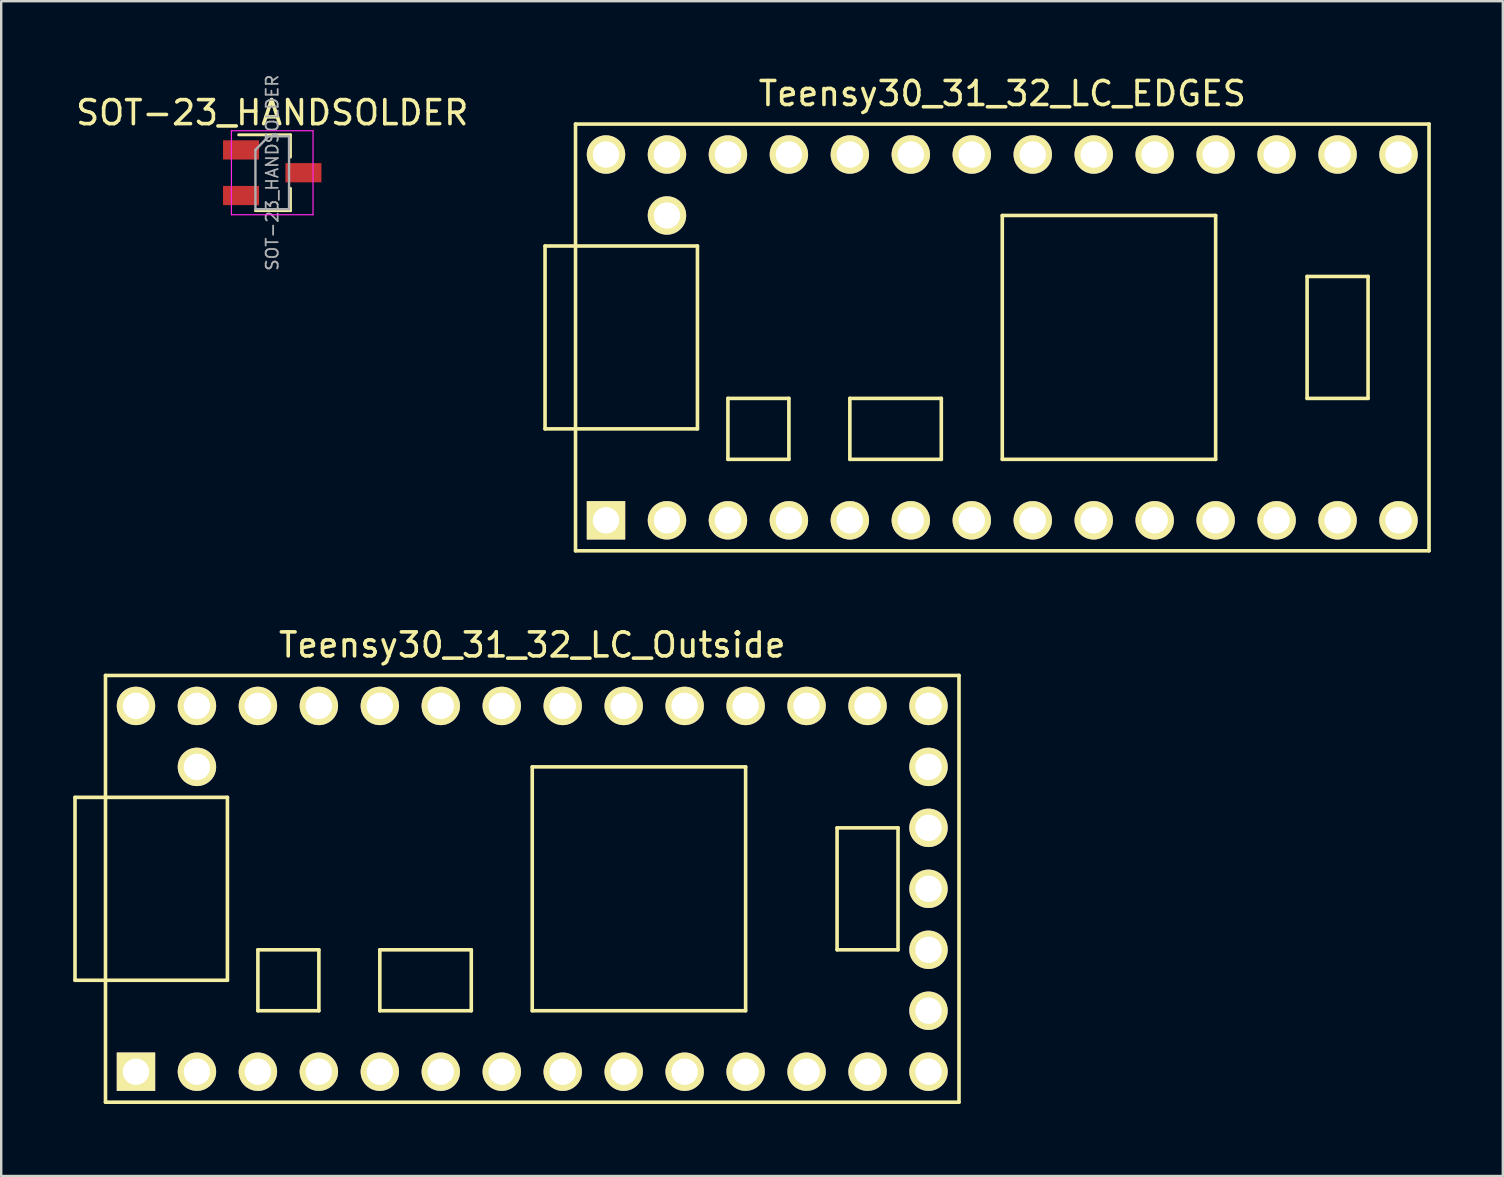
<source format=kicad_pcb>
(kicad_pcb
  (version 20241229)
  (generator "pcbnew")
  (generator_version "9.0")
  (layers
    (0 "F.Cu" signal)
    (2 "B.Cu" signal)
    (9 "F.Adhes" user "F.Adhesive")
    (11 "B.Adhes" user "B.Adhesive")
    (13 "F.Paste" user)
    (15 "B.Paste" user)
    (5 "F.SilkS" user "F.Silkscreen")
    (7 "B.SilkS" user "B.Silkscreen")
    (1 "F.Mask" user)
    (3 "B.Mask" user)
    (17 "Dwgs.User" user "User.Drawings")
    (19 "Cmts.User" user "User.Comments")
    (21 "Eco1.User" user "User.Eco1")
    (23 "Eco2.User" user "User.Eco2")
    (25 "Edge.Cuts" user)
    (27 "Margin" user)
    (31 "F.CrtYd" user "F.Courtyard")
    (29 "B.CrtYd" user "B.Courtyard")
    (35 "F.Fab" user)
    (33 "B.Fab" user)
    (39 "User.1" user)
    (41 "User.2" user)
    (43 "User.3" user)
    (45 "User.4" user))
  (footprint "Teensy30_31_32_LC_EDGES"
    (layer "F.Cu")
    (at 38.708 11.008)
    (property "Reference" "Teensy30_31_32_LC_EDGES" (at 0 -10.16 0) (layer "F.SilkS") (effects (font (size 1 1) (thickness 0.15))))
    (attr through_hole)
    (fp_line (start -19.05 -3.81) (end -17.78 -3.81) (stroke (width 0.15) (type solid)) (layer "F.SilkS"))
    (fp_line (start -19.05 3.81) (end -19.05 -3.81) (stroke (width 0.15) (type solid)) (layer "F.SilkS"))
    (fp_line (start -17.78 -8.89) (end 17.78 -8.89) (stroke (width 0.15) (type solid)) (layer "F.SilkS"))
    (fp_line (start -17.78 3.81) (end -19.05 3.81) (stroke (width 0.15) (type solid)) (layer "F.SilkS"))
    (fp_line (start -17.78 8.89) (end -17.78 -8.89) (stroke (width 0.15) (type solid)) (layer "F.SilkS"))
    (fp_line (start -12.7 -3.81) (end -17.78 -3.81) (stroke (width 0.15) (type solid)) (layer "F.SilkS"))
    (fp_line (start -12.7 3.81) (end -17.78 3.81) (stroke (width 0.15) (type solid)) (layer "F.SilkS"))
    (fp_line (start -12.7 3.81) (end -12.7 -3.81) (stroke (width 0.15) (type solid)) (layer "F.SilkS"))
    (fp_line (start -11.43 2.54) (end -11.43 5.08) (stroke (width 0.15) (type solid)) (layer "F.SilkS"))
    (fp_line (start -11.43 5.08) (end -8.89 5.08) (stroke (width 0.15) (type solid)) (layer "F.SilkS"))
    (fp_line (start -8.89 2.54) (end -11.43 2.54) (stroke (width 0.15) (type solid)) (layer "F.SilkS"))
    (fp_line (start -8.89 5.08) (end -8.89 2.54) (stroke (width 0.15) (type solid)) (layer "F.SilkS"))
    (fp_line (start -6.35 2.54) (end -6.35 5.08) (stroke (width 0.15) (type solid)) (layer "F.SilkS"))
    (fp_line (start -6.35 5.08) (end -2.54 5.08) (stroke (width 0.15) (type solid)) (layer "F.SilkS"))
    (fp_line (start -2.54 2.54) (end -6.35 2.54) (stroke (width 0.15) (type solid)) (layer "F.SilkS"))
    (fp_line (start -2.54 5.08) (end -2.54 2.54) (stroke (width 0.15) (type solid)) (layer "F.SilkS"))
    (fp_line (start 0 -5.08) (end 0 5.08) (stroke (width 0.15) (type solid)) (layer "F.SilkS"))
    (fp_line (start 8.89 -5.08) (end 0 -5.08) (stroke (width 0.15) (type solid)) (layer "F.SilkS"))
    (fp_line (start 8.89 5.08) (end 0 5.08) (stroke (width 0.15) (type solid)) (layer "F.SilkS"))
    (fp_line (start 8.89 5.08) (end 8.89 -5.08) (stroke (width 0.15) (type solid)) (layer "F.SilkS"))
    (fp_line (start 12.7 -2.54) (end 15.24 -2.54) (stroke (width 0.15) (type solid)) (layer "F.SilkS"))
    (fp_line (start 12.7 2.54) (end 12.7 -2.54) (stroke (width 0.15) (type solid)) (layer "F.SilkS"))
    (fp_line (start 15.24 -2.54) (end 15.24 2.54) (stroke (width 0.15) (type solid)) (layer "F.SilkS"))
    (fp_line (start 15.24 2.54) (end 12.7 2.54) (stroke (width 0.15) (type solid)) (layer "F.SilkS"))
    (fp_line (start 17.78 -8.89) (end 17.78 8.89) (stroke (width 0.15) (type solid)) (layer "F.SilkS"))
    (fp_line (start 17.78 8.89) (end -17.78 8.89) (stroke (width 0.15) (type solid)) (layer "F.SilkS"))
    (pad "1" thru_hole rect (at -16.51 7.62) (size 1.6 1.6) (drill 1.1) (layers "*.Cu" "*.Mask" "F.SilkS"))
    (pad "2" thru_hole circle (at -13.97 7.62) (size 1.6 1.6) (drill 1.1) (layers "*.Cu" "*.Mask" "F.SilkS"))
    (pad "3" thru_hole circle (at -11.43 7.62) (size 1.6 1.6) (drill 1.1) (layers "*.Cu" "*.Mask" "F.SilkS"))
    (pad "4" thru_hole circle (at -8.89 7.62) (size 1.6 1.6) (drill 1.1) (layers "*.Cu" "*.Mask" "F.SilkS"))
    (pad "5" thru_hole circle (at -6.35 7.62) (size 1.6 1.6) (drill 1.1) (layers "*.Cu" "*.Mask" "F.SilkS"))
    (pad "6" thru_hole circle (at -3.81 7.62) (size 1.6 1.6) (drill 1.1) (layers "*.Cu" "*.Mask" "F.SilkS"))
    (pad "7" thru_hole circle (at -1.27 7.62) (size 1.6 1.6) (drill 1.1) (layers "*.Cu" "*.Mask" "F.SilkS"))
    (pad "8" thru_hole circle (at 1.27 7.62) (size 1.6 1.6) (drill 1.1) (layers "*.Cu" "*.Mask" "F.SilkS"))
    (pad "9" thru_hole circle (at 3.81 7.62) (size 1.6 1.6) (drill 1.1) (layers "*.Cu" "*.Mask" "F.SilkS"))
    (pad "10" thru_hole circle (at 6.35 7.62) (size 1.6 1.6) (drill 1.1) (layers "*.Cu" "*.Mask" "F.SilkS"))
    (pad "11" thru_hole circle (at 8.89 7.62) (size 1.6 1.6) (drill 1.1) (layers "*.Cu" "*.Mask" "F.SilkS"))
    (pad "12" thru_hole circle (at 11.43 7.62) (size 1.6 1.6) (drill 1.1) (layers "*.Cu" "*.Mask" "F.SilkS"))
    (pad "13" thru_hole circle (at 13.97 7.62) (size 1.6 1.6) (drill 1.1) (layers "*.Cu" "*.Mask" "F.SilkS"))
    (pad "14" thru_hole circle (at 16.51 7.62) (size 1.6 1.6) (drill 1.1) (layers "*.Cu" "*.Mask" "F.SilkS"))
    (pad "20" thru_hole circle (at 16.51 -7.62) (size 1.6 1.6) (drill 1.1) (layers "*.Cu" "*.Mask" "F.SilkS"))
    (pad "21" thru_hole circle (at 13.97 -7.62) (size 1.6 1.6) (drill 1.1) (layers "*.Cu" "*.Mask" "F.SilkS"))
    (pad "22" thru_hole circle (at 11.43 -7.62) (size 1.6 1.6) (drill 1.1) (layers "*.Cu" "*.Mask" "F.SilkS"))
    (pad "23" thru_hole circle (at 8.89 -7.62) (size 1.6 1.6) (drill 1.1) (layers "*.Cu" "*.Mask" "F.SilkS"))
    (pad "24" thru_hole circle (at 6.35 -7.62) (size 1.6 1.6) (drill 1.1) (layers "*.Cu" "*.Mask" "F.SilkS"))
    (pad "25" thru_hole circle (at 3.81 -7.62) (size 1.6 1.6) (drill 1.1) (layers "*.Cu" "*.Mask" "F.SilkS"))
    (pad "26" thru_hole circle (at 1.27 -7.62) (size 1.6 1.6) (drill 1.1) (layers "*.Cu" "*.Mask" "F.SilkS"))
    (pad "27" thru_hole circle (at -1.27 -7.62) (size 1.6 1.6) (drill 1.1) (layers "*.Cu" "*.Mask" "F.SilkS"))
    (pad "28" thru_hole circle (at -3.81 -7.62) (size 1.6 1.6) (drill 1.1) (layers "*.Cu" "*.Mask" "F.SilkS"))
    (pad "29" thru_hole circle (at -6.35 -7.62) (size 1.6 1.6) (drill 1.1) (layers "*.Cu" "*.Mask" "F.SilkS"))
    (pad "30" thru_hole circle (at -8.89 -7.62) (size 1.6 1.6) (drill 1.1) (layers "*.Cu" "*.Mask" "F.SilkS"))
    (pad "31" thru_hole circle (at -11.43 -7.62) (size 1.6 1.6) (drill 1.1) (layers "*.Cu" "*.Mask" "F.SilkS"))
    (pad "32" thru_hole circle (at -13.97 -7.62) (size 1.6 1.6) (drill 1.1) (layers "*.Cu" "*.Mask" "F.SilkS"))
    (pad "33" thru_hole circle (at -16.51 -7.62) (size 1.6 1.6) (drill 1.1) (layers "*.Cu" "*.Mask" "F.SilkS"))
    (pad "34" thru_hole circle (at -13.97 -5.08) (size 1.6 1.6) (drill 1.1) (layers "*.Cu" "*.Mask" "F.SilkS")))
  (footprint "SOT-23_HANDSOLDER"
    (layer "F.Cu")
    (at 8.292 4.146)
    (property "Reference" "SOT-23_HANDSOLDER" (at 0 -2.5 0) (layer "F.SilkS") (effects (font (size 1 1) (thickness 0.15))))
    (attr smd)
    (fp_line (start 0.76 -1.58) (end -1.4 -1.58) (stroke (width 0.12) (type solid)) (layer "F.SilkS"))
    (fp_line (start 0.76 -1.58) (end 0.76 -0.65) (stroke (width 0.12) (type solid)) (layer "F.SilkS"))
    (fp_line (start 0.76 1.58) (end -0.7 1.58) (stroke (width 0.12) (type solid)) (layer "F.SilkS"))
    (fp_line (start 0.76 1.58) (end 0.76 0.65) (stroke (width 0.12) (type solid)) (layer "F.SilkS"))
    (fp_line (start -1.7 -1.75) (end 1.7 -1.75) (stroke (width 0.05) (type solid)) (layer "F.CrtYd"))
    (fp_line (start -1.7 1.75) (end -1.7 -1.75) (stroke (width 0.05) (type solid)) (layer "F.CrtYd"))
    (fp_line (start 1.7 -1.75) (end 1.7 1.75) (stroke (width 0.05) (type solid)) (layer "F.CrtYd"))
    (fp_line (start 1.7 1.75) (end -1.7 1.75) (stroke (width 0.05) (type solid)) (layer "F.CrtYd"))
    (fp_line (start -0.7 -0.95) (end -0.7 1.5) (stroke (width 0.1) (type solid)) (layer "F.Fab"))
    (fp_line (start -0.7 -0.95) (end -0.15 -1.52) (stroke (width 0.1) (type solid)) (layer "F.Fab"))
    (fp_line (start -0.7 1.52) (end 0.7 1.52) (stroke (width 0.1) (type solid)) (layer "F.Fab"))
    (fp_line (start -0.15 -1.52) (end 0.7 -1.52) (stroke (width 0.1) (type solid)) (layer "F.Fab"))
    (fp_line (start 0.7 -1.52) (end 0.7 1.52) (stroke (width 0.1) (type solid)) (layer "F.Fab"))
    (fp_text user "${REFERENCE}" (at 0 0 90) (layer "F.Fab") (effects (font (size 0.5 0.5) (thickness 0.075))))
    (pad "1" smd rect (at -1.3 -0.95) (size 1.5 0.8) (layers "F.Cu" "F.Mask" "F.Paste"))
    (pad "2" smd rect (at -1.3 0.95) (size 1.5 0.8) (layers "F.Cu" "F.Mask" "F.Paste"))
    (pad "3" smd rect (at 1.3 0) (size 1.5 0.8) (layers "F.Cu" "F.Mask" "F.Paste")))
  (footprint "Teensy30_31_32_LC_Outside"
    (layer "F.Cu")
    (at 19.125 33.981)
    (property "Reference" "Teensy30_31_32_LC_Outside" (at 0 -10.16 0) (layer "F.SilkS") (effects (font (size 1 1) (thickness 0.15))))
    (attr through_hole)
    (fp_line (start -19.05 -3.81) (end -17.78 -3.81) (stroke (width 0.15) (type solid)) (layer "F.SilkS"))
    (fp_line (start -19.05 3.81) (end -19.05 -3.81) (stroke (width 0.15) (type solid)) (layer "F.SilkS"))
    (fp_line (start -17.78 -8.89) (end 17.78 -8.89) (stroke (width 0.15) (type solid)) (layer "F.SilkS"))
    (fp_line (start -17.78 3.81) (end -19.05 3.81) (stroke (width 0.15) (type solid)) (layer "F.SilkS"))
    (fp_line (start -17.78 8.89) (end -17.78 -8.89) (stroke (width 0.15) (type solid)) (layer "F.SilkS"))
    (fp_line (start -12.7 -3.81) (end -17.78 -3.81) (stroke (width 0.15) (type solid)) (layer "F.SilkS"))
    (fp_line (start -12.7 3.81) (end -17.78 3.81) (stroke (width 0.15) (type solid)) (layer "F.SilkS"))
    (fp_line (start -12.7 3.81) (end -12.7 -3.81) (stroke (width 0.15) (type solid)) (layer "F.SilkS"))
    (fp_line (start -11.43 2.54) (end -11.43 5.08) (stroke (width 0.15) (type solid)) (layer "F.SilkS"))
    (fp_line (start -11.43 5.08) (end -8.89 5.08) (stroke (width 0.15) (type solid)) (layer "F.SilkS"))
    (fp_line (start -8.89 2.54) (end -11.43 2.54) (stroke (width 0.15) (type solid)) (layer "F.SilkS"))
    (fp_line (start -8.89 5.08) (end -8.89 2.54) (stroke (width 0.15) (type solid)) (layer "F.SilkS"))
    (fp_line (start -6.35 2.54) (end -6.35 5.08) (stroke (width 0.15) (type solid)) (layer "F.SilkS"))
    (fp_line (start -6.35 5.08) (end -2.54 5.08) (stroke (width 0.15) (type solid)) (layer "F.SilkS"))
    (fp_line (start -2.54 2.54) (end -6.35 2.54) (stroke (width 0.15) (type solid)) (layer "F.SilkS"))
    (fp_line (start -2.54 5.08) (end -2.54 2.54) (stroke (width 0.15) (type solid)) (layer "F.SilkS"))
    (fp_line (start 0 -5.08) (end 0 5.08) (stroke (width 0.15) (type solid)) (layer "F.SilkS"))
    (fp_line (start 8.89 -5.08) (end 0 -5.08) (stroke (width 0.15) (type solid)) (layer "F.SilkS"))
    (fp_line (start 8.89 5.08) (end 0 5.08) (stroke (width 0.15) (type solid)) (layer "F.SilkS"))
    (fp_line (start 8.89 5.08) (end 8.89 -5.08) (stroke (width 0.15) (type solid)) (layer "F.SilkS"))
    (fp_line (start 12.7 -2.54) (end 15.24 -2.54) (stroke (width 0.15) (type solid)) (layer "F.SilkS"))
    (fp_line (start 12.7 2.54) (end 12.7 -2.54) (stroke (width 0.15) (type solid)) (layer "F.SilkS"))
    (fp_line (start 15.24 -2.54) (end 15.24 2.54) (stroke (width 0.15) (type solid)) (layer "F.SilkS"))
    (fp_line (start 15.24 2.54) (end 12.7 2.54) (stroke (width 0.15) (type solid)) (layer "F.SilkS"))
    (fp_line (start 17.78 -8.89) (end 17.78 8.89) (stroke (width 0.15) (type solid)) (layer "F.SilkS"))
    (fp_line (start 17.78 8.89) (end -17.78 8.89) (stroke (width 0.15) (type solid)) (layer "F.SilkS"))
    (pad "1" thru_hole rect (at -16.51 7.62) (size 1.6 1.6) (drill 1.1) (layers "*.Cu" "*.Mask" "F.SilkS"))
    (pad "2" thru_hole circle (at -13.97 7.62) (size 1.6 1.6) (drill 1.1) (layers "*.Cu" "*.Mask" "F.SilkS"))
    (pad "3" thru_hole circle (at -11.43 7.62) (size 1.6 1.6) (drill 1.1) (layers "*.Cu" "*.Mask" "F.SilkS"))
    (pad "4" thru_hole circle (at -8.89 7.62) (size 1.6 1.6) (drill 1.1) (layers "*.Cu" "*.Mask" "F.SilkS"))
    (pad "5" thru_hole circle (at -6.35 7.62) (size 1.6 1.6) (drill 1.1) (layers "*.Cu" "*.Mask" "F.SilkS"))
    (pad "6" thru_hole circle (at -3.81 7.62) (size 1.6 1.6) (drill 1.1) (layers "*.Cu" "*.Mask" "F.SilkS"))
    (pad "7" thru_hole circle (at -1.27 7.62) (size 1.6 1.6) (drill 1.1) (layers "*.Cu" "*.Mask" "F.SilkS"))
    (pad "8" thru_hole circle (at 1.27 7.62) (size 1.6 1.6) (drill 1.1) (layers "*.Cu" "*.Mask" "F.SilkS"))
    (pad "9" thru_hole circle (at 3.81 7.62) (size 1.6 1.6) (drill 1.1) (layers "*.Cu" "*.Mask" "F.SilkS"))
    (pad "10" thru_hole circle (at 6.35 7.62) (size 1.6 1.6) (drill 1.1) (layers "*.Cu" "*.Mask" "F.SilkS"))
    (pad "11" thru_hole circle (at 8.89 7.62) (size 1.6 1.6) (drill 1.1) (layers "*.Cu" "*.Mask" "F.SilkS"))
    (pad "12" thru_hole circle (at 11.43 7.62) (size 1.6 1.6) (drill 1.1) (layers "*.Cu" "*.Mask" "F.SilkS"))
    (pad "13" thru_hole circle (at 13.97 7.62) (size 1.6 1.6) (drill 1.1) (layers "*.Cu" "*.Mask" "F.SilkS"))
    (pad "14" thru_hole circle (at 16.51 7.62) (size 1.6 1.6) (drill 1.1) (layers "*.Cu" "*.Mask" "F.SilkS"))
    (pad "15" thru_hole circle (at 16.51 5.08) (size 1.6 1.6) (drill 1.1) (layers "*.Cu" "*.Mask" "F.SilkS"))
    (pad "16" thru_hole circle (at 16.51 2.54) (size 1.6 1.6) (drill 1.1) (layers "*.Cu" "*.Mask" "F.SilkS"))
    (pad "17" thru_hole circle (at 16.51 0) (size 1.6 1.6) (drill 1.1) (layers "*.Cu" "*.Mask" "F.SilkS"))
    (pad "18" thru_hole circle (at 16.51 -2.54) (size 1.6 1.6) (drill 1.1) (layers "*.Cu" "*.Mask" "F.SilkS"))
    (pad "19" thru_hole circle (at 16.51 -5.08) (size 1.6 1.6) (drill 1.1) (layers "*.Cu" "*.Mask" "F.SilkS"))
    (pad "20" thru_hole circle (at 16.51 -7.62) (size 1.6 1.6) (drill 1.1) (layers "*.Cu" "*.Mask" "F.SilkS"))
    (pad "21" thru_hole circle (at 13.97 -7.62) (size 1.6 1.6) (drill 1.1) (layers "*.Cu" "*.Mask" "F.SilkS"))
    (pad "22" thru_hole circle (at 11.43 -7.62) (size 1.6 1.6) (drill 1.1) (layers "*.Cu" "*.Mask" "F.SilkS"))
    (pad "23" thru_hole circle (at 8.89 -7.62) (size 1.6 1.6) (drill 1.1) (layers "*.Cu" "*.Mask" "F.SilkS"))
    (pad "24" thru_hole circle (at 6.35 -7.62) (size 1.6 1.6) (drill 1.1) (layers "*.Cu" "*.Mask" "F.SilkS"))
    (pad "25" thru_hole circle (at 3.81 -7.62) (size 1.6 1.6) (drill 1.1) (layers "*.Cu" "*.Mask" "F.SilkS"))
    (pad "26" thru_hole circle (at 1.27 -7.62) (size 1.6 1.6) (drill 1.1) (layers "*.Cu" "*.Mask" "F.SilkS"))
    (pad "27" thru_hole circle (at -1.27 -7.62) (size 1.6 1.6) (drill 1.1) (layers "*.Cu" "*.Mask" "F.SilkS"))
    (pad "28" thru_hole circle (at -3.81 -7.62) (size 1.6 1.6) (drill 1.1) (layers "*.Cu" "*.Mask" "F.SilkS"))
    (pad "29" thru_hole circle (at -6.35 -7.62) (size 1.6 1.6) (drill 1.1) (layers "*.Cu" "*.Mask" "F.SilkS"))
    (pad "30" thru_hole circle (at -8.89 -7.62) (size 1.6 1.6) (drill 1.1) (layers "*.Cu" "*.Mask" "F.SilkS"))
    (pad "31" thru_hole circle (at -11.43 -7.62) (size 1.6 1.6) (drill 1.1) (layers "*.Cu" "*.Mask" "F.SilkS"))
    (pad "32" thru_hole circle (at -13.97 -7.62) (size 1.6 1.6) (drill 1.1) (layers "*.Cu" "*.Mask" "F.SilkS"))
    (pad "33" thru_hole circle (at -16.51 -7.62) (size 1.6 1.6) (drill 1.1) (layers "*.Cu" "*.Mask" "F.SilkS"))
    (pad "34" thru_hole circle (at -13.97 -5.08) (size 1.6 1.6) (drill 1.1) (layers "*.Cu" "*.Mask" "F.SilkS")))
  (gr_rect
    (start -3 -3)
    (end 59.563 45.947)
    (stroke (width 0.1) (type default))
    (fill no)
    (layer "Edge.Cuts")))
</source>
